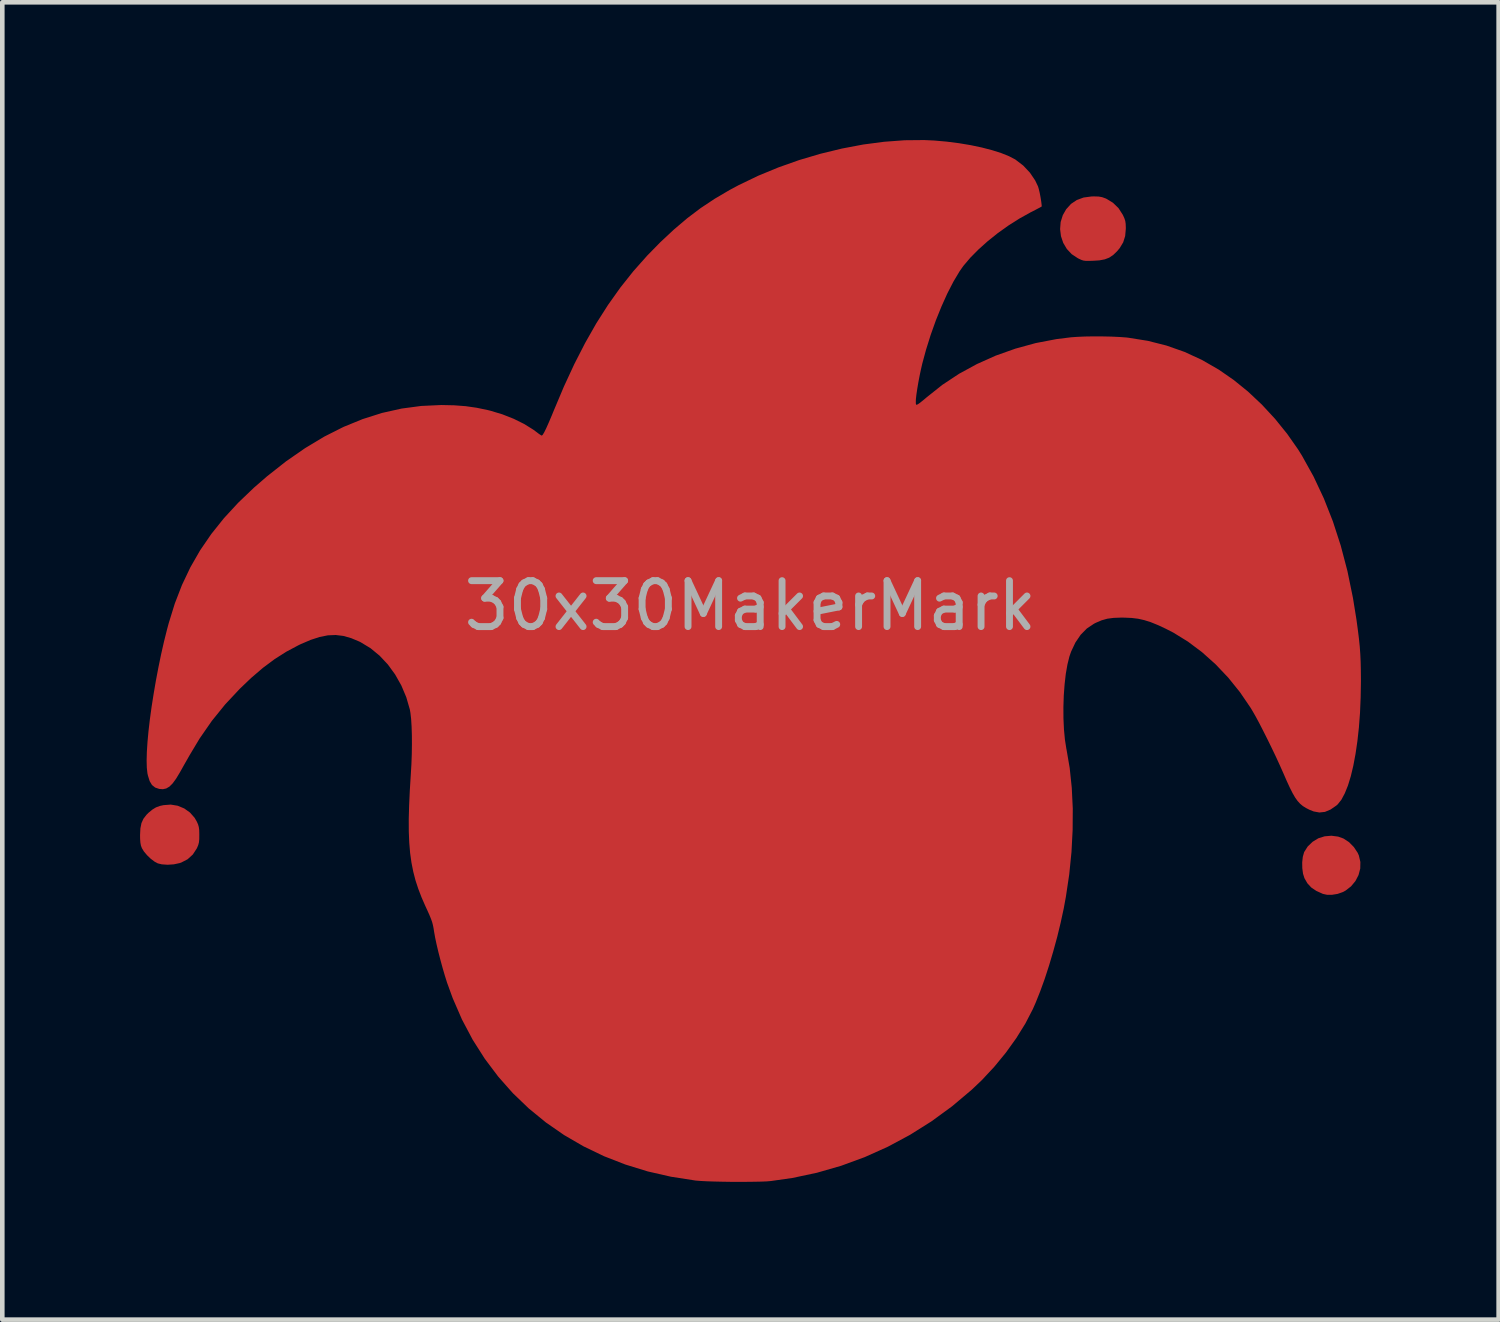
<source format=kicad_pcb>
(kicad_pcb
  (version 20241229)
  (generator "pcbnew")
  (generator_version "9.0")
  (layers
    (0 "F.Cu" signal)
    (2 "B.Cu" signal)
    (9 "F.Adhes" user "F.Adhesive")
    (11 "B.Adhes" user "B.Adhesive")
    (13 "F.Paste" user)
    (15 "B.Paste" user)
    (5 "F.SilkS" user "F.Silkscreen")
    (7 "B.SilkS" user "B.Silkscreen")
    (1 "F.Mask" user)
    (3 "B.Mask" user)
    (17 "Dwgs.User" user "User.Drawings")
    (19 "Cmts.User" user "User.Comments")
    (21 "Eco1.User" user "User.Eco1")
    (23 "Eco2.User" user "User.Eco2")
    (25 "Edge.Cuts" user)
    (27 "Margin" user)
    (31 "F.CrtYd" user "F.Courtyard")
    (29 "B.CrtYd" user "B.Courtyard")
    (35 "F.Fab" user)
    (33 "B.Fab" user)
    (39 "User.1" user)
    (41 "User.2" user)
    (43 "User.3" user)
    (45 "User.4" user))
  (footprint "30x30MakerMark"
    (layer "F.Cu")
    (at 13.29 11.34)
    (property "Reference" "30x30MakerMark" (at 0 -1.2 0) (unlocked yes) (layer "F.Fab") (effects (font (size 1 1) (thickness 0.15))))
    (attr through_hole)
    (fp_poly (pts (xy 12.799 3.828) (xy 12.914 3.869) (xy 13.036 3.948) (xy 13.142 4.056) (xy 13.224 4.179) (xy 13.251 4.239) (xy 13.284 4.381) (xy 13.281 4.525) (xy 13.244 4.665) (xy 13.176 4.796) (xy 13.081 4.911) (xy 12.961 5.004) (xy 12.896 5.038) (xy 12.787 5.076) (xy 12.669 5.095) (xy 12.557 5.095) (xy 12.469 5.076) (xy 12.325 5.011) (xy 12.214 4.936) (xy 12.13 4.845) (xy 12.066 4.734) (xy 12.066 4.734) (xy 12.035 4.636) (xy 12.019 4.516) (xy 12.017 4.389) (xy 12.03 4.269) (xy 12.058 4.17) (xy 12.062 4.161) (xy 12.138 4.042) (xy 12.245 3.94) (xy 12.368 3.865) (xy 12.505 3.822) (xy 12.653 3.809)) (stroke (width 0) (type solid)) (fill yes) (layer "F.Cu"))
    (fp_poly (pts (xy 7.585 -10.11) (xy 7.662 -10.096) (xy 7.736 -10.069) (xy 7.752 -10.062) (xy 7.897 -9.974) (xy 8.018 -9.856) (xy 8.111 -9.711) (xy 8.111 -9.711) (xy 8.144 -9.639) (xy 8.164 -9.579) (xy 8.173 -9.516) (xy 8.176 -9.434) (xy 8.176 -9.408) (xy 8.162 -9.25) (xy 8.119 -9.113) (xy 8.043 -8.987) (xy 7.984 -8.917) (xy 7.9 -8.836) (xy 7.814 -8.779) (xy 7.717 -8.742) (xy 7.599 -8.72) (xy 7.476 -8.712) (xy 7.378 -8.709) (xy 7.309 -8.709) (xy 7.258 -8.715) (xy 7.214 -8.728) (xy 7.165 -8.75) (xy 7.131 -8.767) (xy 6.998 -8.855) (xy 6.892 -8.968) (xy 6.813 -9.101) (xy 6.764 -9.247) (xy 6.745 -9.401) (xy 6.757 -9.555) (xy 6.804 -9.705) (xy 6.877 -9.833) (xy 6.983 -9.95) (xy 7.109 -10.035) (xy 7.258 -10.089) (xy 7.431 -10.112) (xy 7.488 -10.113)) (stroke (width 0) (type solid)) (fill yes) (layer "F.Cu"))
    (fp_poly (pts (xy -12.47 3.156) (xy -12.328 3.215) (xy -12.203 3.304) (xy -12.101 3.42) (xy -12.055 3.5) (xy -12.027 3.562) (xy -12.011 3.619) (xy -12.002 3.684) (xy -12 3.773) (xy -12 3.793) (xy -12.001 3.887) (xy -12.008 3.955) (xy -12.023 4.012) (xy -12.048 4.072) (xy -12.056 4.088) (xy -12.141 4.218) (xy -12.254 4.321) (xy -12.391 4.392) (xy -12.425 4.404) (xy -12.554 4.432) (xy -12.69 4.441) (xy -12.818 4.432) (xy -12.904 4.411) (xy -12.976 4.372) (xy -13.058 4.31) (xy -13.138 4.233) (xy -13.206 4.152) (xy -13.25 4.08) (xy -13.271 4.024) (xy -13.283 3.959) (xy -13.289 3.874) (xy -13.29 3.793) (xy -13.283 3.65) (xy -13.26 3.535) (xy -13.217 3.44) (xy -13.15 3.353) (xy -13.106 3.309) (xy -13.021 3.239) (xy -12.944 3.192) (xy -12.857 3.16) (xy -12.779 3.143) (xy -12.622 3.131)) (stroke (width 0) (type solid)) (fill yes) (layer "F.Cu"))
    (fp_poly (pts (xy 4.004 -11.33) (xy 4.274 -11.306) (xy 4.541 -11.272) (xy 4.798 -11.229) (xy 5.04 -11.178) (xy 5.263 -11.12) (xy 5.462 -11.057) (xy 5.631 -10.989) (xy 5.766 -10.919) (xy 5.779 -10.91) (xy 5.944 -10.783) (xy 6.087 -10.631) (xy 6.202 -10.461) (xy 6.264 -10.331) (xy 6.281 -10.273) (xy 6.301 -10.19) (xy 6.319 -10.095) (xy 6.334 -10.002) (xy 6.343 -9.925) (xy 6.345 -9.894) (xy 6.328 -9.884) (xy 6.282 -9.859) (xy 6.214 -9.823) (xy 6.129 -9.779) (xy 6.104 -9.767) (xy 5.863 -9.633) (xy 5.623 -9.481) (xy 5.39 -9.315) (xy 5.17 -9.139) (xy 4.968 -8.958) (xy 4.789 -8.777) (xy 4.639 -8.6) (xy 4.556 -8.482) (xy 4.423 -8.259) (xy 4.291 -8.003) (xy 4.163 -7.719) (xy 4.04 -7.415) (xy 3.927 -7.098) (xy 3.825 -6.772) (xy 3.744 -6.473) (xy 3.714 -6.342) (xy 3.684 -6.2) (xy 3.657 -6.057) (xy 3.634 -5.92) (xy 3.616 -5.798) (xy 3.605 -5.701) (xy 3.603 -5.649) (xy 3.604 -5.596) (xy 3.612 -5.575) (xy 3.632 -5.579) (xy 3.648 -5.587) (xy 3.682 -5.61) (xy 3.737 -5.653) (xy 3.804 -5.708) (xy 3.843 -5.741) (xy 4.18 -6.009) (xy 4.544 -6.25) (xy 4.933 -6.462) (xy 5.344 -6.646) (xy 5.772 -6.798) (xy 6.214 -6.919) (xy 6.668 -7.006) (xy 6.983 -7.045) (xy 7.124 -7.055) (xy 7.293 -7.062) (xy 7.48 -7.065) (xy 7.673 -7.064) (xy 7.862 -7.06) (xy 8.037 -7.052) (xy 8.186 -7.041) (xy 8.229 -7.036) (xy 8.655 -6.968) (xy 9.062 -6.865) (xy 9.454 -6.727) (xy 9.834 -6.552) (xy 10.203 -6.339) (xy 10.525 -6.116) (xy 10.836 -5.864) (xy 11.139 -5.579) (xy 11.426 -5.269) (xy 11.691 -4.941) (xy 11.929 -4.601) (xy 12.014 -4.464) (xy 12.265 -4.012) (xy 12.488 -3.537) (xy 12.685 -3.037) (xy 12.856 -2.51) (xy 13.002 -1.955) (xy 13.122 -1.371) (xy 13.198 -0.901) (xy 13.228 -0.68) (xy 13.252 -0.488) (xy 13.27 -0.314) (xy 13.282 -0.148) (xy 13.29 0.023) (xy 13.294 0.207) (xy 13.296 0.416) (xy 13.296 0.45) (xy 13.29 0.797) (xy 13.276 1.131) (xy 13.252 1.45) (xy 13.219 1.75) (xy 13.178 2.029) (xy 13.13 2.285) (xy 13.075 2.515) (xy 13.013 2.717) (xy 12.944 2.887) (xy 12.871 3.024) (xy 12.792 3.124) (xy 12.762 3.151) (xy 12.634 3.239) (xy 12.512 3.29) (xy 12.391 3.303) (xy 12.266 3.28) (xy 12.178 3.245) (xy 12.099 3.205) (xy 12.032 3.163) (xy 11.972 3.113) (xy 11.917 3.053) (xy 11.863 2.977) (xy 11.807 2.88) (xy 11.746 2.759) (xy 11.677 2.609) (xy 11.611 2.457) (xy 11.532 2.28) (xy 11.446 2.092) (xy 11.353 1.898) (xy 11.259 1.706) (xy 11.166 1.521) (xy 11.078 1.35) (xy 10.997 1.2) (xy 10.926 1.077) (xy 10.896 1.027) (xy 10.663 0.685) (xy 10.407 0.367) (xy 10.13 0.075) (xy 9.836 -0.188) (xy 9.529 -0.418) (xy 9.211 -0.614) (xy 9.041 -0.701) (xy 8.866 -0.782) (xy 8.715 -0.843) (xy 8.578 -0.886) (xy 8.445 -0.916) (xy 8.306 -0.933) (xy 8.152 -0.94) (xy 8.076 -0.941) (xy 7.912 -0.935) (xy 7.774 -0.917) (xy 7.649 -0.882) (xy 7.523 -0.828) (xy 7.482 -0.807) (xy 7.328 -0.704) (xy 7.193 -0.567) (xy 7.078 -0.398) (xy 6.985 -0.201) (xy 6.948 -0.095) (xy 6.905 0.079) (xy 6.869 0.284) (xy 6.843 0.512) (xy 6.825 0.755) (xy 6.817 1.005) (xy 6.818 1.254) (xy 6.829 1.494) (xy 6.85 1.716) (xy 6.881 1.914) (xy 6.885 1.932) (xy 6.954 2.334) (xy 6.999 2.764) (xy 7.021 3.215) (xy 7.018 3.683) (xy 6.993 4.163) (xy 6.944 4.65) (xy 6.871 5.138) (xy 6.824 5.394) (xy 6.758 5.699) (xy 6.682 6.013) (xy 6.596 6.327) (xy 6.505 6.634) (xy 6.409 6.929) (xy 6.31 7.202) (xy 6.212 7.447) (xy 6.152 7.583) (xy 5.989 7.898) (xy 5.791 8.217) (xy 5.564 8.533) (xy 5.313 8.839) (xy 5.042 9.13) (xy 4.822 9.339) (xy 4.394 9.7) (xy 3.945 10.028) (xy 3.476 10.323) (xy 2.991 10.583) (xy 2.49 10.808) (xy 1.975 10.997) (xy 1.45 11.148) (xy 0.914 11.262) (xy 0.45 11.328) (xy 0.361 11.336) (xy 0.238 11.341) (xy 0.09 11.344) (xy -0.077 11.346) (xy -0.256 11.347) (xy -0.44 11.346) (xy -0.621 11.343) (xy -0.793 11.339) (xy -0.948 11.334) (xy -1.08 11.327) (xy -1.181 11.319) (xy -1.2 11.317) (xy -1.727 11.235) (xy -2.235 11.119) (xy -2.722 10.969) (xy -3.189 10.787) (xy -3.633 10.573) (xy -4.055 10.328) (xy -4.452 10.053) (xy -4.825 9.748) (xy -5.172 9.415) (xy -5.491 9.054) (xy -5.783 8.666) (xy -6.047 8.251) (xy -6.28 7.811) (xy -6.482 7.346) (xy -6.605 7.008) (xy -6.652 6.858) (xy -6.701 6.691) (xy -6.749 6.515) (xy -6.794 6.34) (xy -6.833 6.175) (xy -6.864 6.029) (xy -6.885 5.911) (xy -6.886 5.905) (xy -6.899 5.822) (xy -6.913 5.753) (xy -6.93 5.688) (xy -6.955 5.618) (xy -6.989 5.535) (xy -7.036 5.43) (xy -7.076 5.344) (xy -7.159 5.154) (xy -7.231 4.967) (xy -7.292 4.781) (xy -7.341 4.591) (xy -7.38 4.394) (xy -7.409 4.185) (xy -7.428 3.96) (xy -7.438 3.716) (xy -7.439 3.448) (xy -7.431 3.153) (xy -7.416 2.826) (xy -7.394 2.472) (xy -7.381 2.253) (xy -7.373 2.033) (xy -7.37 1.819) (xy -7.371 1.616) (xy -7.377 1.431) (xy -7.387 1.269) (xy -7.402 1.136) (xy -7.415 1.061) (xy -7.493 0.792) (xy -7.601 0.536) (xy -7.736 0.297) (xy -7.894 0.08) (xy -8.074 -0.112) (xy -8.272 -0.275) (xy -8.485 -0.404) (xy -8.517 -0.42) (xy -8.694 -0.494) (xy -8.863 -0.542) (xy -9.03 -0.562) (xy -9.2 -0.555) (xy -9.38 -0.519) (xy -9.574 -0.456) (xy -9.789 -0.364) (xy -9.839 -0.34) (xy -10.102 -0.2) (xy -10.359 -0.037) (xy -10.614 0.153) (xy -10.871 0.373) (xy -11.119 0.61) (xy -11.437 0.95) (xy -11.726 1.307) (xy -11.991 1.689) (xy -12.209 2.052) (xy -12.268 2.156) (xy -12.331 2.266) (xy -12.388 2.368) (xy -12.424 2.432) (xy -12.506 2.568) (xy -12.58 2.669) (xy -12.65 2.739) (xy -12.72 2.78) (xy -12.793 2.796) (xy -12.872 2.79) (xy -12.961 2.76) (xy -13.03 2.705) (xy -13.081 2.62) (xy -13.118 2.501) (xy -13.129 2.453) (xy -13.143 2.329) (xy -13.147 2.171) (xy -13.142 1.982) (xy -13.128 1.767) (xy -13.106 1.529) (xy -13.076 1.273) (xy -13.039 1.003) (xy -12.995 0.723) (xy -12.946 0.436) (xy -12.891 0.147) (xy -12.832 -0.14) (xy -12.768 -0.422) (xy -12.7 -0.693) (xy -12.666 -0.819) (xy -12.534 -1.246) (xy -12.377 -1.652) (xy -12.194 -2.037) (xy -11.982 -2.406) (xy -11.739 -2.761) (xy -11.464 -3.105) (xy -11.154 -3.441) (xy -10.807 -3.773) (xy -10.528 -4.015) (xy -10.112 -4.343) (xy -9.695 -4.632) (xy -9.279 -4.882) (xy -8.861 -5.093) (xy -8.442 -5.264) (xy -8.02 -5.398) (xy -7.595 -5.493) (xy -7.167 -5.55) (xy -6.733 -5.57) (xy -6.725 -5.57) (xy -6.449 -5.564) (xy -6.199 -5.545) (xy -5.962 -5.511) (xy -5.726 -5.462) (xy -5.657 -5.445) (xy -5.399 -5.367) (xy -5.153 -5.27) (xy -4.927 -5.158) (xy -4.729 -5.035) (xy -4.656 -4.981) (xy -4.602 -4.94) (xy -4.56 -4.913) (xy -4.541 -4.904) (xy -4.521 -4.923) (xy -4.488 -4.978) (xy -4.444 -5.067) (xy -4.389 -5.191) (xy -4.323 -5.346) (xy -4.283 -5.444) (xy -4.06 -5.973) (xy -3.832 -6.465) (xy -3.597 -6.923) (xy -3.353 -7.352) (xy -3.098 -7.752) (xy -2.83 -8.129) (xy -2.547 -8.485) (xy -2.247 -8.823) (xy -1.959 -9.117) (xy -1.663 -9.393) (xy -1.373 -9.639) (xy -1.08 -9.86) (xy -0.776 -10.062) (xy -0.451 -10.253) (xy -0.253 -10.359) (xy 0.169 -10.562) (xy 0.61 -10.744) (xy 1.065 -10.905) (xy 1.528 -11.042) (xy 1.994 -11.155) (xy 2.458 -11.243) (xy 2.915 -11.303) (xy 3.36 -11.336) (xy 3.787 -11.34)) (stroke (width 0) (type solid)) (fill yes) (layer "F.Cu"))
    (fp_poly (pts (xy 12.799 3.828) (xy 12.914 3.869) (xy 13.036 3.948) (xy 13.142 4.056) (xy 13.224 4.179) (xy 13.251 4.239) (xy 13.284 4.381) (xy 13.281 4.525) (xy 13.244 4.665) (xy 13.176 4.796) (xy 13.081 4.911) (xy 12.961 5.004) (xy 12.896 5.038) (xy 12.787 5.076) (xy 12.669 5.095) (xy 12.557 5.095) (xy 12.469 5.076) (xy 12.325 5.011) (xy 12.214 4.936) (xy 12.13 4.845) (xy 12.066 4.734) (xy 12.066 4.734) (xy 12.035 4.636) (xy 12.019 4.516) (xy 12.017 4.389) (xy 12.03 4.269) (xy 12.058 4.17) (xy 12.062 4.161) (xy 12.138 4.042) (xy 12.245 3.94) (xy 12.368 3.865) (xy 12.505 3.822) (xy 12.653 3.809)) (stroke (width 0) (type solid)) (fill yes) (layer "F.Mask"))
    (fp_poly (pts (xy 2.824 3.847) (xy 2.916 3.87) (xy 3.034 3.93) (xy 3.139 4.024) (xy 3.227 4.145) (xy 3.292 4.285) (xy 3.31 4.345) (xy 3.326 4.483) (xy 3.307 4.624) (xy 3.257 4.759) (xy 3.179 4.881) (xy 3.077 4.982) (xy 2.965 5.05) (xy 2.892 5.072) (xy 2.793 5.088) (xy 2.682 5.098) (xy 2.572 5.1) (xy 2.478 5.093) (xy 2.428 5.083) (xy 2.354 5.046) (xy 2.273 4.981) (xy 2.195 4.898) (xy 2.127 4.807) (xy 2.09 4.74) (xy 2.059 4.662) (xy 2.041 4.591) (xy 2.033 4.51) (xy 2.032 4.454) (xy 2.034 4.362) (xy 2.044 4.294) (xy 2.064 4.232) (xy 2.088 4.179) (xy 2.166 4.059) (xy 2.269 3.958) (xy 2.388 3.886) (xy 2.429 3.87) (xy 2.55 3.843) (xy 2.688 3.835)) (stroke (width 0) (type solid)) (fill yes) (layer "F.Mask"))
    (fp_poly (pts (xy 7.585 -10.11) (xy 7.662 -10.096) (xy 7.736 -10.069) (xy 7.752 -10.062) (xy 7.897 -9.974) (xy 8.018 -9.856) (xy 8.111 -9.711) (xy 8.111 -9.711) (xy 8.144 -9.639) (xy 8.164 -9.579) (xy 8.173 -9.516) (xy 8.176 -9.434) (xy 8.176 -9.408) (xy 8.162 -9.25) (xy 8.119 -9.113) (xy 8.043 -8.987) (xy 7.984 -8.917) (xy 7.9 -8.836) (xy 7.814 -8.779) (xy 7.717 -8.742) (xy 7.599 -8.72) (xy 7.476 -8.712) (xy 7.378 -8.709) (xy 7.309 -8.709) (xy 7.258 -8.715) (xy 7.214 -8.728) (xy 7.165 -8.75) (xy 7.131 -8.767) (xy 6.998 -8.855) (xy 6.892 -8.968) (xy 6.813 -9.101) (xy 6.764 -9.247) (xy 6.745 -9.401) (xy 6.757 -9.555) (xy 6.804 -9.705) (xy 6.877 -9.833) (xy 6.983 -9.95) (xy 7.109 -10.035) (xy 7.258 -10.089) (xy 7.431 -10.112) (xy 7.488 -10.113)) (stroke (width 0) (type solid)) (fill yes) (layer "F.Mask"))
    (fp_poly (pts (xy -12.47 3.156) (xy -12.328 3.215) (xy -12.203 3.304) (xy -12.101 3.42) (xy -12.055 3.5) (xy -12.027 3.562) (xy -12.011 3.619) (xy -12.002 3.684) (xy -12 3.773) (xy -12 3.793) (xy -12.001 3.887) (xy -12.008 3.955) (xy -12.023 4.012) (xy -12.048 4.072) (xy -12.056 4.088) (xy -12.141 4.218) (xy -12.254 4.321) (xy -12.391 4.392) (xy -12.425 4.404) (xy -12.554 4.432) (xy -12.69 4.441) (xy -12.818 4.432) (xy -12.904 4.411) (xy -12.976 4.372) (xy -13.058 4.31) (xy -13.138 4.233) (xy -13.206 4.152) (xy -13.25 4.08) (xy -13.271 4.024) (xy -13.283 3.959) (xy -13.289 3.874) (xy -13.29 3.793) (xy -13.283 3.65) (xy -13.26 3.535) (xy -13.217 3.44) (xy -13.15 3.353) (xy -13.106 3.309) (xy -13.021 3.239) (xy -12.944 3.192) (xy -12.857 3.16) (xy -12.779 3.143) (xy -12.622 3.131)) (stroke (width 0) (type solid)) (fill yes) (layer "F.Mask"))
    (fp_poly (pts (xy -2.155 4.499) (xy -2.048 4.516) (xy -1.96 4.548) (xy -1.881 4.6) (xy -1.801 4.676) (xy -1.783 4.695) (xy -1.69 4.817) (xy -1.632 4.943) (xy -1.606 5.083) (xy -1.605 5.194) (xy -1.623 5.342) (xy -1.668 5.468) (xy -1.743 5.581) (xy -1.805 5.648) (xy -1.924 5.737) (xy -2.065 5.8) (xy -2.22 5.832) (xy -2.378 5.832) (xy -2.424 5.825) (xy -2.497 5.807) (xy -2.567 5.782) (xy -2.582 5.775) (xy -2.665 5.719) (xy -2.753 5.641) (xy -2.833 5.552) (xy -2.894 5.465) (xy -2.899 5.455) (xy -2.924 5.403) (xy -2.94 5.355) (xy -2.948 5.298) (xy -2.952 5.221) (xy -2.952 5.154) (xy -2.947 5.026) (xy -2.929 4.925) (xy -2.893 4.838) (xy -2.834 4.754) (xy -2.765 4.677) (xy -2.688 4.602) (xy -2.618 4.55) (xy -2.545 4.518) (xy -2.459 4.501) (xy -2.348 4.495) (xy -2.292 4.494)) (stroke (width 0) (type solid)) (fill yes) (layer "F.Mask"))
    (fp_poly (pts (xy 3.947 -11.323) (xy 4.12 -11.314) (xy 4.16 -11.311) (xy 4.397 -11.285) (xy 4.634 -11.249) (xy 4.866 -11.205) (xy 5.087 -11.154) (xy 5.292 -11.098) (xy 5.475 -11.038) (xy 5.629 -10.976) (xy 5.751 -10.913) (xy 5.767 -10.903) (xy 5.934 -10.773) (xy 6.075 -10.623) (xy 6.188 -10.458) (xy 6.269 -10.283) (xy 6.315 -10.102) (xy 6.325 -9.97) (xy 6.323 -9.939) (xy 6.316 -9.915) (xy 6.296 -9.892) (xy 6.259 -9.867) (xy 6.197 -9.833) (xy 6.11 -9.788) (xy 5.873 -9.656) (xy 5.636 -9.506) (xy 5.405 -9.342) (xy 5.186 -9.169) (xy 4.984 -8.991) (xy 4.804 -8.813) (xy 4.652 -8.639) (xy 4.553 -8.505) (xy 4.45 -8.336) (xy 4.343 -8.136) (xy 4.235 -7.912) (xy 4.128 -7.67) (xy 4.027 -7.418) (xy 3.935 -7.163) (xy 3.863 -6.945) (xy 3.809 -6.76) (xy 3.759 -6.574) (xy 3.714 -6.392) (xy 3.676 -6.219) (xy 3.644 -6.058) (xy 3.62 -5.913) (xy 3.604 -5.788) (xy 3.597 -5.688) (xy 3.6 -5.616) (xy 3.613 -5.576) (xy 3.623 -5.57) (xy 3.648 -5.58) (xy 3.697 -5.612) (xy 3.765 -5.662) (xy 3.845 -5.725) (xy 3.893 -5.765) (xy 4.254 -6.041) (xy 4.639 -6.287) (xy 5.044 -6.5) (xy 5.468 -6.681) (xy 5.907 -6.828) (xy 6.359 -6.94) (xy 6.821 -7.016) (xy 7.29 -7.056) (xy 7.764 -7.059) (xy 7.766 -7.059) (xy 8.217 -7.025) (xy 8.649 -6.957) (xy 9.063 -6.853) (xy 9.461 -6.713) (xy 9.842 -6.537) (xy 10.208 -6.324) (xy 10.561 -6.074) (xy 10.902 -5.785) (xy 11.07 -5.624) (xy 11.344 -5.339) (xy 11.589 -5.052) (xy 11.81 -4.756) (xy 12.013 -4.445) (xy 12.201 -4.112) (xy 12.38 -3.751) (xy 12.491 -3.5) (xy 12.646 -3.107) (xy 12.788 -2.684) (xy 12.917 -2.236) (xy 13.029 -1.773) (xy 13.125 -1.3) (xy 13.201 -0.826) (xy 13.256 -0.358) (xy 13.269 -0.201) (xy 13.287 0.101) (xy 13.293 0.415) (xy 13.288 0.736) (xy 13.273 1.058) (xy 13.248 1.376) (xy 13.214 1.685) (xy 13.171 1.979) (xy 13.121 2.253) (xy 13.063 2.502) (xy 12.998 2.721) (xy 12.947 2.856) (xy 12.869 3.006) (xy 12.773 3.126) (xy 12.663 3.214) (xy 12.542 3.269) (xy 12.414 3.29) (xy 12.282 3.273) (xy 12.187 3.237) (xy 12.101 3.191) (xy 12.026 3.138) (xy 11.959 3.075) (xy 11.895 2.996) (xy 11.832 2.898) (xy 11.767 2.775) (xy 11.696 2.624) (xy 11.617 2.439) (xy 11.61 2.424) (xy 11.5 2.17) (xy 11.379 1.91) (xy 11.252 1.653) (xy 11.123 1.406) (xy 10.997 1.178) (xy 10.877 0.977) (xy 10.841 0.921) (xy 10.64 0.634) (xy 10.418 0.361) (xy 10.179 0.106) (xy 9.926 -0.128) (xy 9.664 -0.34) (xy 9.395 -0.525) (xy 9.124 -0.681) (xy 8.855 -0.805) (xy 8.591 -0.894) (xy 8.514 -0.913) (xy 8.38 -0.936) (xy 8.228 -0.949) (xy 8.07 -0.952) (xy 7.916 -0.946) (xy 7.779 -0.93) (xy 7.675 -0.906) (xy 7.486 -0.827) (xy 7.321 -0.716) (xy 7.18 -0.574) (xy 7.063 -0.4) (xy 6.971 -0.193) (xy 6.917 -0.016) (xy 6.887 0.108) (xy 6.864 0.226) (xy 6.846 0.346) (xy 6.833 0.475) (xy 6.824 0.619) (xy 6.819 0.785) (xy 6.816 0.981) (xy 6.816 1.101) (xy 6.816 1.265) (xy 6.817 1.396) (xy 6.818 1.501) (xy 6.822 1.588) (xy 6.828 1.664) (xy 6.836 1.735) (xy 6.848 1.809) (xy 6.863 1.894) (xy 6.881 1.982) (xy 6.91 2.133) (xy 6.934 2.262) (xy 6.952 2.376) (xy 6.966 2.483) (xy 6.977 2.591) (xy 6.985 2.707) (xy 6.991 2.84) (xy 6.995 2.996) (xy 6.999 3.184) (xy 6.999 3.197) (xy 7.001 3.628) (xy 6.989 4.031) (xy 6.961 4.419) (xy 6.916 4.8) (xy 6.853 5.186) (xy 6.772 5.588) (xy 6.704 5.879) (xy 6.582 6.342) (xy 6.451 6.77) (xy 6.308 7.166) (xy 6.152 7.532) (xy 5.98 7.873) (xy 5.791 8.192) (xy 5.583 8.493) (xy 5.355 8.778) (xy 5.103 9.052) (xy 4.826 9.318) (xy 4.794 9.347) (xy 4.383 9.691) (xy 3.95 10.007) (xy 3.499 10.293) (xy 3.031 10.547) (xy 2.551 10.769) (xy 2.062 10.957) (xy 1.565 11.109) (xy 1.065 11.225) (xy 0.564 11.304) (xy 0.321 11.328) (xy 0.215 11.334) (xy 0.077 11.339) (xy -0.081 11.342) (xy -0.252 11.344) (xy -0.426 11.345) (xy -0.594 11.344) (xy -0.746 11.341) (xy -0.873 11.337) (xy -0.901 11.335) (xy -1.157 11.313) (xy -1.439 11.273) (xy -1.737 11.219) (xy -2.04 11.153) (xy -2.338 11.076) (xy -2.622 10.991) (xy -2.822 10.922) (xy -3.289 10.731) (xy -3.732 10.507) (xy -4.151 10.252) (xy -4.546 9.966) (xy -4.914 9.651) (xy -5.256 9.306) (xy -5.57 8.934) (xy -5.855 8.534) (xy -6.112 8.109) (xy -6.337 7.657) (xy -6.463 7.361) (xy -6.547 7.138) (xy -6.627 6.898) (xy -6.702 6.651) (xy -6.768 6.406) (xy -6.823 6.175) (xy -6.864 5.966) (xy -6.873 5.908) (xy -6.888 5.817) (xy -6.905 5.737) (xy -6.928 5.659) (xy -6.96 5.575) (xy -7.003 5.474) (xy -7.019 5.438) (xy -6.311 5.438) (xy -6.266 5.696) (xy -6.187 6.098) (xy -6.092 6.472) (xy -5.978 6.829) (xy -5.842 7.18) (xy -5.679 7.534) (xy -5.641 7.611) (xy -5.519 7.836) (xy -5.379 8.072) (xy -5.226 8.304) (xy -5.07 8.523) (xy -4.919 8.716) (xy -4.916 8.719) (xy -4.653 9.006) (xy -4.358 9.28) (xy -4.038 9.536) (xy -3.702 9.768) (xy -3.355 9.97) (xy -3.275 10.011) (xy -2.942 10.166) (xy -2.59 10.304) (xy -2.226 10.425) (xy -1.859 10.524) (xy -1.498 10.601) (xy -1.151 10.652) (xy -0.971 10.668) (xy -0.854 10.673) (xy -0.705 10.676) (xy -0.533 10.677) (xy -0.345 10.675) (xy -0.15 10.672) (xy 0.045 10.666) (xy 0.23 10.659) (xy 0.398 10.65) (xy 0.446 10.647) (xy 0.743 10.614) (xy 1.061 10.555) (xy 1.397 10.472) (xy 1.742 10.367) (xy 2.091 10.242) (xy 2.438 10.099) (xy 2.777 9.939) (xy 2.802 9.926) (xy 3.192 9.712) (xy 3.567 9.475) (xy 3.924 9.217) (xy 4.26 8.941) (xy 4.569 8.653) (xy 4.85 8.353) (xy 5.096 8.047) (xy 5.24 7.84) (xy 5.397 7.577) (xy 5.546 7.278) (xy 5.686 6.948) (xy 5.817 6.592) (xy 5.937 6.214) (xy 6.044 5.817) (xy 6.138 5.408) (xy 6.217 4.989) (xy 6.28 4.565) (xy 6.325 4.141) (xy 6.326 4.133) (xy 6.335 3.988) (xy 6.342 3.817) (xy 6.347 3.63) (xy 6.348 3.433) (xy 6.347 3.236) (xy 6.344 3.045) (xy 6.338 2.869) (xy 6.329 2.716) (xy 6.319 2.595) (xy 6.317 2.581) (xy 6.306 2.498) (xy 6.291 2.393) (xy 6.274 2.272) (xy 6.254 2.142) (xy 6.234 2.008) (xy 6.213 1.875) (xy 6.193 1.751) (xy 6.175 1.641) (xy 6.16 1.55) (xy 6.148 1.486) (xy 6.141 1.453) (xy 6.14 1.45) (xy 6.115 1.441) (xy 6.058 1.428) (xy 5.975 1.413) (xy 5.875 1.396) (xy 5.766 1.379) (xy 5.653 1.363) (xy 5.546 1.35) (xy 5.544 1.35) (xy 5.396 1.336) (xy 5.217 1.325) (xy 5.013 1.316) (xy 4.794 1.309) (xy 4.568 1.306) (xy 4.342 1.305) (xy 4.125 1.307) (xy 3.925 1.312) (xy 3.773 1.319) (xy 2.956 1.387) (xy 2.15 1.492) (xy 1.356 1.636) (xy 0.573 1.818) (xy -0.197 2.037) (xy -0.953 2.294) (xy -1.311 2.431) (xy -1.609 2.55) (xy -1.885 2.665) (xy -2.147 2.778) (xy -2.398 2.892) (xy -2.645 3.01) (xy -2.892 3.134) (xy -3.147 3.268) (xy -3.413 3.413) (xy -3.697 3.573) (xy -4.005 3.751) (xy -4.27 3.907) (xy -4.551 4.08) (xy -4.841 4.271) (xy -5.133 4.475) (xy -5.419 4.685) (xy -5.692 4.897) (xy -5.942 5.104) (xy -6.163 5.3) (xy -6.311 5.438) (xy -7.019 5.438) (xy -7.06 5.349) (xy -7.072 5.323) (xy -7.215 4.977) (xy -7.32 4.624) (xy -7.389 4.257) (xy -7.405 4.123) (xy -7.415 4.001) (xy -7.421 3.846) (xy -7.424 3.667) (xy -7.424 3.471) (xy -7.422 3.299) (xy -6.758 3.299) (xy -6.758 3.541) (xy -6.748 3.786) (xy -6.73 4.027) (xy -6.705 4.256) (xy -6.672 4.465) (xy -6.633 4.649) (xy -6.595 4.78) (xy -6.583 4.793) (xy -6.561 4.79) (xy -6.524 4.768) (xy -6.467 4.723) (xy -6.386 4.653) (xy -6.375 4.643) (xy -6.201 4.49) (xy -6.045 4.358) (xy -5.899 4.24) (xy -5.753 4.127) (xy -5.629 4.035) (xy -5.309 3.81) (xy -4.958 3.578) (xy -4.581 3.342) (xy -4.186 3.106) (xy -3.779 2.875) (xy -3.365 2.651) (xy -2.953 2.438) (xy -2.549 2.24) (xy -2.159 2.061) (xy -1.981 1.983) (xy -1.214 1.679) (xy -0.435 1.412) (xy 0.354 1.184) (xy 1.154 0.994) (xy 1.962 0.843) (xy 2.778 0.731) (xy 3.594 0.659) (xy 3.866 0.646) (xy 4.165 0.64) (xy 4.48 0.64) (xy 4.804 0.646) (xy 5.126 0.658) (xy 5.438 0.676) (xy 5.731 0.699) (xy 5.995 0.726) (xy 6.047 0.733) (xy 6.139 0.745) (xy 6.151 0.506) (xy 6.178 0.231) (xy 6.232 -0.063) (xy 6.312 -0.366) (xy 6.414 -0.67) (xy 6.434 -0.722) (xy 6.438 -0.739) (xy 6.429 -0.754) (xy 6.404 -0.771) (xy 6.357 -0.792) (xy 6.283 -0.819) (xy 6.177 -0.856) (xy 6.164 -0.86) (xy 6.03 -0.91) (xy 5.885 -0.971) (xy 5.738 -1.04) (xy 5.6 -1.11) (xy 5.48 -1.178) (xy 5.386 -1.239) (xy 5.374 -1.247) (xy 5.209 -1.384) (xy 5.037 -1.548) (xy 4.868 -1.728) (xy 4.711 -1.915) (xy 4.573 -2.1) (xy 4.491 -2.227) (xy 4.44 -2.308) (xy 4.395 -2.376) (xy 4.361 -2.423) (xy 4.342 -2.442) (xy 4.341 -2.442) (xy 4.318 -2.435) (xy 4.262 -2.415) (xy 4.18 -2.385) (xy 4.074 -2.345) (xy 3.951 -2.299) (xy 3.816 -2.247) (xy 3.797 -2.239) (xy 3.492 -2.123) (xy 3.218 -2.024) (xy 2.971 -1.94) (xy 2.746 -1.871) (xy 2.54 -1.815) (xy 2.347 -1.772) (xy 2.164 -1.74) (xy 1.985 -1.718) (xy 1.807 -1.705) (xy 1.625 -1.7) (xy 1.582 -1.7) (xy 1.208 -1.719) (xy 0.835 -1.774) (xy 0.46 -1.868) (xy 0.08 -1.999) (xy -0.148 -2.095) (xy -0.237 -2.135) (xy -0.319 -2.171) (xy -0.384 -2.2) (xy -0.413 -2.213) (xy -0.476 -2.24) (xy -0.672 -1.976) (xy -0.911 -1.679) (xy -1.171 -1.404) (xy -1.448 -1.154) (xy -1.737 -0.931) (xy -2.036 -0.738) (xy -2.34 -0.579) (xy -2.645 -0.456) (xy -2.732 -0.428) (xy -2.807 -0.406) (xy -2.872 -0.391) (xy -2.938 -0.381) (xy -3.015 -0.375) (xy -3.113 -0.373) (xy -3.223 -0.372) (xy -3.351 -0.372) (xy -3.45 -0.375) (xy -3.53 -0.381) (xy -3.6 -0.392) (xy -3.671 -0.408) (xy -3.702 -0.417) (xy -3.847 -0.46) (xy -3.997 -0.511) (xy -4.157 -0.573) (xy -4.335 -0.649) (xy -4.538 -0.742) (xy -4.65 -0.794) (xy -4.767 -0.849) (xy -4.874 -0.898) (xy -4.964 -0.936) (xy -5.032 -0.963) (xy -5.072 -0.976) (xy -5.079 -0.977) (xy -5.089 -0.972) (xy -5.101 -0.957) (xy -5.116 -0.93) (xy -5.136 -0.888) (xy -5.161 -0.826) (xy -5.193 -0.743) (xy -5.233 -0.634) (xy -5.282 -0.495) (xy -5.342 -0.325) (xy -5.393 -0.18) (xy -5.518 0.166) (xy -5.648 0.505) (xy -5.78 0.833) (xy -5.913 1.146) (xy -6.045 1.441) (xy -6.174 1.712) (xy -6.299 1.957) (xy -6.417 2.171) (xy -6.528 2.351) (xy -6.538 2.365) (xy -6.594 2.453) (xy -6.644 2.534) (xy -6.682 2.601) (xy -6.703 2.644) (xy -6.703 2.645) (xy -6.712 2.686) (xy -6.722 2.759) (xy -6.732 2.857) (xy -6.742 2.97) (xy -6.749 3.066) (xy -6.758 3.299) (xy -7.422 3.299) (xy -7.422 3.265) (xy -7.416 3.057) (xy -7.408 2.856) (xy -7.397 2.668) (xy -7.396 2.656) (xy -7.376 2.35) (xy -7.362 2.08) (xy -7.354 1.841) (xy -7.353 1.63) (xy -7.359 1.441) (xy -7.374 1.272) (xy -7.396 1.117) (xy -7.427 0.973) (xy -7.467 0.836) (xy -7.516 0.701) (xy -7.576 0.564) (xy -7.631 0.451) (xy -7.763 0.226) (xy -7.923 0.02) (xy -8.104 -0.162) (xy -8.302 -0.314) (xy -8.468 -0.411) (xy -8.645 -0.489) (xy -8.812 -0.539) (xy -8.984 -0.564) (xy -9.107 -0.568) (xy -9.21 -0.566) (xy -9.289 -0.56) (xy -9.36 -0.546) (xy -9.437 -0.523) (xy -9.497 -0.501) (xy -9.817 -0.367) (xy -10.131 -0.198) (xy -10.441 0.007) (xy -10.749 0.249) (xy -11.057 0.529) (xy -11.129 0.6) (xy -11.369 0.853) (xy -11.593 1.116) (xy -11.805 1.396) (xy -12.01 1.699) (xy -12.214 2.033) (xy -12.31 2.202) (xy -12.4 2.362) (xy -12.476 2.49) (xy -12.539 2.589) (xy -12.592 2.663) (xy -12.64 2.716) (xy -12.685 2.751) (xy -12.73 2.771) (xy -12.778 2.78) (xy -12.82 2.782) (xy -12.904 2.771) (xy -12.974 2.739) (xy -13.032 2.682) (xy -13.077 2.6) (xy -13.11 2.491) (xy -13.13 2.354) (xy -13.139 2.188) (xy -13.135 1.99) (xy -13.119 1.759) (xy -13.092 1.494) (xy -13.053 1.193) (xy -13.018 0.951) (xy -13.018 0.949) (xy -12.349 0.949) (xy -12.346 0.979) (xy -12.343 0.981) (xy -12.327 0.966) (xy -12.291 0.925) (xy -12.239 0.863) (xy -12.176 0.786) (xy -12.139 0.74) (xy -11.878 0.427) (xy -11.616 0.146) (xy -11.346 -0.111) (xy -11.059 -0.35) (xy -10.749 -0.578) (xy -10.652 -0.644) (xy -10.425 -0.788) (xy -10.193 -0.918) (xy -9.965 -1.029) (xy -9.749 -1.118) (xy -9.553 -1.182) (xy -9.553 -1.182) (xy -9.297 -1.229) (xy -9.036 -1.239) (xy -8.774 -1.212) (xy -8.514 -1.15) (xy -8.259 -1.054) (xy -8.012 -0.925) (xy -7.777 -0.765) (xy -7.556 -0.575) (xy -7.354 -0.357) (xy -7.278 -0.261) (xy -7.113 -0.015) (xy -6.973 0.253) (xy -6.857 0.546) (xy -6.762 0.869) (xy -6.725 1.031) (xy -6.67 1.291) (xy -6.601 1.141) (xy -6.535 0.994) (xy -6.46 0.815) (xy -6.376 0.608) (xy -6.287 0.38) (xy -6.193 0.137) (xy -6.099 -0.118) (xy -6.005 -0.377) (xy -5.913 -0.635) (xy -5.826 -0.887) (xy -5.823 -0.896) (xy -5.777 -1.029) (xy -5.735 -1.151) (xy -5.697 -1.258) (xy -5.666 -1.343) (xy -5.644 -1.4) (xy -5.635 -1.419) (xy -5.555 -1.537) (xy -5.456 -1.622) (xy -5.34 -1.671) (xy -5.232 -1.684) (xy -5.155 -1.679) (xy -5.067 -1.661) (xy -4.964 -1.63) (xy -4.839 -1.583) (xy -4.689 -1.518) (xy -4.574 -1.466) (xy -4.45 -1.409) (xy -4.315 -1.347) (xy -4.183 -1.286) (xy -4.071 -1.234) (xy -4.059 -1.229) (xy -3.907 -1.16) (xy -3.783 -1.107) (xy -3.679 -1.069) (xy -3.588 -1.042) (xy -3.501 -1.025) (xy -3.411 -1.015) (xy -3.31 -1.012) (xy -3.253 -1.011) (xy -3.106 -1.015) (xy -2.982 -1.027) (xy -2.868 -1.051) (xy -2.753 -1.089) (xy -2.625 -1.145) (xy -2.521 -1.196) (xy -2.293 -1.322) (xy -2.08 -1.461) (xy -1.878 -1.618) (xy -1.681 -1.797) (xy -1.484 -2.001) (xy -1.285 -2.236) (xy -1.099 -2.474) (xy -1.019 -2.58) (xy -0.943 -2.679) (xy -0.877 -2.764) (xy -0.825 -2.83) (xy -0.79 -2.872) (xy -0.785 -2.878) (xy -0.698 -2.944) (xy -0.595 -2.974) (xy -0.479 -2.969) (xy -0.352 -2.927) (xy -0.215 -2.85) (xy -0.047 -2.75) (xy 0.153 -2.654) (xy 0.376 -2.564) (xy 0.613 -2.483) (xy 0.855 -2.416) (xy 0.98 -2.388) (xy 1.097 -2.365) (xy 1.2 -2.35) (xy 1.303 -2.34) (xy 1.42 -2.335) (xy 1.541 -2.334) (xy 1.703 -2.337) (xy 1.861 -2.347) (xy 2.021 -2.366) (xy 2.185 -2.395) (xy 2.359 -2.434) (xy 2.547 -2.486) (xy 2.753 -2.55) (xy 2.982 -2.628) (xy 3.238 -2.722) (xy 3.524 -2.832) (xy 3.563 -2.847) (xy 3.765 -2.925) (xy 3.935 -2.989) (xy 4.076 -3.038) (xy 4.193 -3.075) (xy 4.29 -3.1) (xy 4.371 -3.115) (xy 4.439 -3.12) (xy 4.5 -3.116) (xy 4.556 -3.105) (xy 4.565 -3.102) (xy 4.626 -3.078) (xy 4.689 -3.035) (xy 4.756 -2.97) (xy 4.832 -2.88) (xy 4.92 -2.761) (xy 5.013 -2.625) (xy 5.179 -2.388) (xy 5.34 -2.184) (xy 5.503 -2.012) (xy 5.673 -1.865) (xy 5.856 -1.74) (xy 6.057 -1.633) (xy 6.282 -1.539) (xy 6.537 -1.455) (xy 6.657 -1.421) (xy 6.946 -1.341) (xy 7.141 -1.439) (xy 7.338 -1.528) (xy 7.527 -1.592) (xy 7.716 -1.633) (xy 7.917 -1.651) (xy 8.139 -1.65) (xy 8.253 -1.643) (xy 8.52 -1.615) (xy 8.761 -1.571) (xy 8.99 -1.508) (xy 9.219 -1.422) (xy 9.417 -1.331) (xy 9.659 -1.202) (xy 9.908 -1.046) (xy 10.157 -0.871) (xy 10.396 -0.683) (xy 10.616 -0.489) (xy 10.81 -0.295) (xy 10.868 -0.231) (xy 11.153 0.121) (xy 11.426 0.509) (xy 11.684 0.93) (xy 11.927 1.381) (xy 12.152 1.859) (xy 12.23 2.042) (xy 12.269 2.135) (xy 12.303 2.215) (xy 12.328 2.274) (xy 12.342 2.305) (xy 12.344 2.308) (xy 12.366 2.32) (xy 12.392 2.299) (xy 12.413 2.253) (xy 12.413 2.25) (xy 12.429 2.178) (xy 12.447 2.074) (xy 12.465 1.945) (xy 12.484 1.801) (xy 12.501 1.65) (xy 12.517 1.499) (xy 12.529 1.356) (xy 12.532 1.313) (xy 12.539 1.172) (xy 12.544 1.006) (xy 12.547 0.82) (xy 12.547 0.622) (xy 12.546 0.418) (xy 12.542 0.214) (xy 12.537 0.017) (xy 12.53 -0.165) (xy 12.522 -0.328) (xy 12.512 -0.463) (xy 12.501 -0.56) (xy 12.425 -1.044) (xy 12.333 -1.514) (xy 12.227 -1.966) (xy 12.107 -2.397) (xy 11.976 -2.801) (xy 11.834 -3.176) (xy 11.682 -3.516) (xy 11.654 -3.573) (xy 11.428 -3.988) (xy 11.182 -4.37) (xy 10.915 -4.719) (xy 10.624 -5.038) (xy 10.31 -5.329) (xy 9.97 -5.592) (xy 9.859 -5.668) (xy 9.523 -5.87) (xy 9.164 -6.041) (xy 8.788 -6.177) (xy 8.443 -6.269) (xy 8.381 -6.282) (xy 8.323 -6.293) (xy 8.263 -6.301) (xy 8.196 -6.307) (xy 8.116 -6.31) (xy 8.017 -6.313) (xy 7.893 -6.314) (xy 7.738 -6.315) (xy 7.636 -6.314) (xy 7.437 -6.313) (xy 7.255 -6.31) (xy 7.097 -6.306) (xy 6.967 -6.299) (xy 6.87 -6.292) (xy 6.845 -6.289) (xy 6.526 -6.234) (xy 6.201 -6.156) (xy 5.876 -6.056) (xy 5.559 -5.939) (xy 5.256 -5.805) (xy 4.974 -5.659) (xy 4.718 -5.502) (xy 4.529 -5.363) (xy 4.381 -5.24) (xy 4.233 -5.112) (xy 4.091 -4.983) (xy 3.961 -4.859) (xy 3.849 -4.745) (xy 3.76 -4.647) (xy 3.729 -4.61) (xy 3.624 -4.485) (xy 3.526 -4.388) (xy 3.437 -4.321) (xy 3.362 -4.287) (xy 3.332 -4.283) (xy 3.284 -4.291) (xy 3.239 -4.32) (xy 3.193 -4.366) (xy 3.101 -4.495) (xy 3.03 -4.657) (xy 2.978 -4.849) (xy 2.946 -5.07) (xy 2.933 -5.317) (xy 2.94 -5.589) (xy 2.967 -5.883) (xy 3.013 -6.196) (xy 3.079 -6.528) (xy 3.165 -6.876) (xy 3.235 -7.122) (xy 3.308 -7.355) (xy 3.386 -7.576) (xy 3.474 -7.798) (xy 3.576 -8.029) (xy 3.696 -8.281) (xy 3.713 -8.317) (xy 3.819 -8.526) (xy 3.916 -8.705) (xy 4.009 -8.861) (xy 4.104 -9) (xy 4.205 -9.13) (xy 4.318 -9.258) (xy 4.446 -9.391) (xy 4.462 -9.407) (xy 4.627 -9.566) (xy 4.777 -9.699) (xy 4.92 -9.812) (xy 5.066 -9.911) (xy 5.221 -10.004) (xy 5.268 -10.029) (xy 5.349 -10.075) (xy 5.415 -10.117) (xy 5.459 -10.151) (xy 5.474 -10.169) (xy 5.456 -10.195) (xy 5.406 -10.229) (xy 5.329 -10.269) (xy 5.232 -10.312) (xy 5.121 -10.355) (xy 5.002 -10.395) (xy 4.934 -10.416) (xy 4.529 -10.511) (xy 4.107 -10.572) (xy 3.668 -10.598) (xy 3.213 -10.589) (xy 2.745 -10.546) (xy 2.264 -10.468) (xy 1.773 -10.356) (xy 1.271 -10.209) (xy 0.857 -10.065) (xy 0.42 -9.889) (xy 0.017 -9.699) (xy -0.359 -9.491) (xy -0.713 -9.261) (xy -1.051 -9.006) (xy -1.378 -8.722) (xy -1.7 -8.405) (xy -1.816 -8.283) (xy -2.02 -8.055) (xy -2.211 -7.826) (xy -2.391 -7.593) (xy -2.562 -7.352) (xy -2.727 -7.098) (xy -2.887 -6.829) (xy -3.045 -6.54) (xy -3.203 -6.228) (xy -3.363 -5.889) (xy -3.528 -5.519) (xy -3.7 -5.115) (xy -3.733 -5.034) (xy -3.824 -4.814) (xy -3.901 -4.629) (xy -3.966 -4.474) (xy -4.02 -4.347) (xy -4.065 -4.246) (xy -4.102 -4.166) (xy -4.134 -4.105) (xy -4.16 -4.06) (xy -4.183 -4.027) (xy -4.205 -4.005) (xy -4.226 -3.989) (xy -4.248 -3.977) (xy -4.25 -3.976) (xy -4.327 -3.949) (xy -4.402 -3.946) (xy -4.482 -3.969) (xy -4.572 -4.02) (xy -4.68 -4.101) (xy -4.686 -4.106) (xy -4.769 -4.17) (xy -4.874 -4.245) (xy -4.993 -4.327) (xy -5.116 -4.409) (xy -5.235 -4.484) (xy -5.34 -4.547) (xy -5.422 -4.592) (xy -5.422 -4.593) (xy -5.665 -4.695) (xy -5.935 -4.773) (xy -6.228 -4.826) (xy -6.539 -4.854) (xy -6.863 -4.856) (xy -7.196 -4.833) (xy -7.533 -4.782) (xy -7.586 -4.772) (xy -7.953 -4.679) (xy -8.326 -4.549) (xy -8.701 -4.381) (xy -9.077 -4.177) (xy -9.452 -3.939) (xy -9.823 -3.668) (xy -10.189 -3.365) (xy -10.516 -3.062) (xy -10.793 -2.781) (xy -11.036 -2.509) (xy -11.25 -2.239) (xy -11.437 -1.967) (xy -11.6 -1.686) (xy -11.744 -1.39) (xy -11.871 -1.074) (xy -11.986 -0.73) (xy -12.091 -0.354) (xy -12.107 -0.29) (xy -12.148 -0.119) (xy -12.188 0.054) (xy -12.226 0.225) (xy -12.26 0.388) (xy -12.289 0.54) (xy -12.314 0.677) (xy -12.333 0.793) (xy -12.345 0.885) (xy -12.349 0.949) (xy -13.018 0.949) (xy -12.933 0.434) (xy -12.841 -0.044) (xy -12.74 -0.486) (xy -12.632 -0.892) (xy -12.515 -1.263) (xy -12.388 -1.601) (xy -12.253 -1.906) (xy -12.137 -2.13) (xy -11.924 -2.476) (xy -11.676 -2.82) (xy -11.395 -3.157) (xy -11.088 -3.486) (xy -10.757 -3.801) (xy -10.406 -4.1) (xy -10.041 -4.379) (xy -9.664 -4.635) (xy -9.281 -4.864) (xy -8.895 -5.062) (xy -8.51 -5.227) (xy -8.353 -5.285) (xy -7.979 -5.399) (xy -7.607 -5.482) (xy -7.227 -5.534) (xy -6.865 -5.558) (xy -6.481 -5.556) (xy -6.119 -5.525) (xy -5.775 -5.463) (xy -5.444 -5.37) (xy -5.274 -5.306) (xy -5.098 -5.228) (xy -4.927 -5.14) (xy -4.774 -5.049) (xy -4.679 -4.983) (xy -4.614 -4.937) (xy -4.56 -4.906) (xy -4.527 -4.894) (xy -4.521 -4.895) (xy -4.506 -4.912) (xy -4.484 -4.949) (xy -4.455 -5.009) (xy -4.416 -5.095) (xy -4.366 -5.21) (xy -4.305 -5.356) (xy -4.23 -5.536) (xy -4.223 -5.554) (xy -4.026 -6.017) (xy -3.828 -6.445) (xy -3.627 -6.843) (xy -3.418 -7.217) (xy -3.2 -7.573) (xy -3.008 -7.861) (xy -2.733 -8.233) (xy -2.434 -8.594) (xy -2.116 -8.94) (xy -1.785 -9.264) (xy -1.447 -9.561) (xy -1.106 -9.824) (xy -1.081 -9.842) (xy -0.695 -10.096) (xy -0.278 -10.331) (xy 0.167 -10.547) (xy 0.634 -10.74) (xy 1.118 -10.91) (xy 1.614 -11.054) (xy 2.119 -11.171) (xy 2.627 -11.259) (xy 2.709 -11.27) (xy 2.888 -11.29) (xy 3.092 -11.306) (xy 3.31 -11.317) (xy 3.532 -11.324) (xy 3.748 -11.326)) (stroke (width 0) (type solid)) (fill yes) (layer "F.Mask")))
  (gr_rect
    (start -3 -3)
    (end 29.585 25.687)
    (stroke (width 0.1) (type default))
    (fill no)
    (layer "Edge.Cuts")))
</source>
